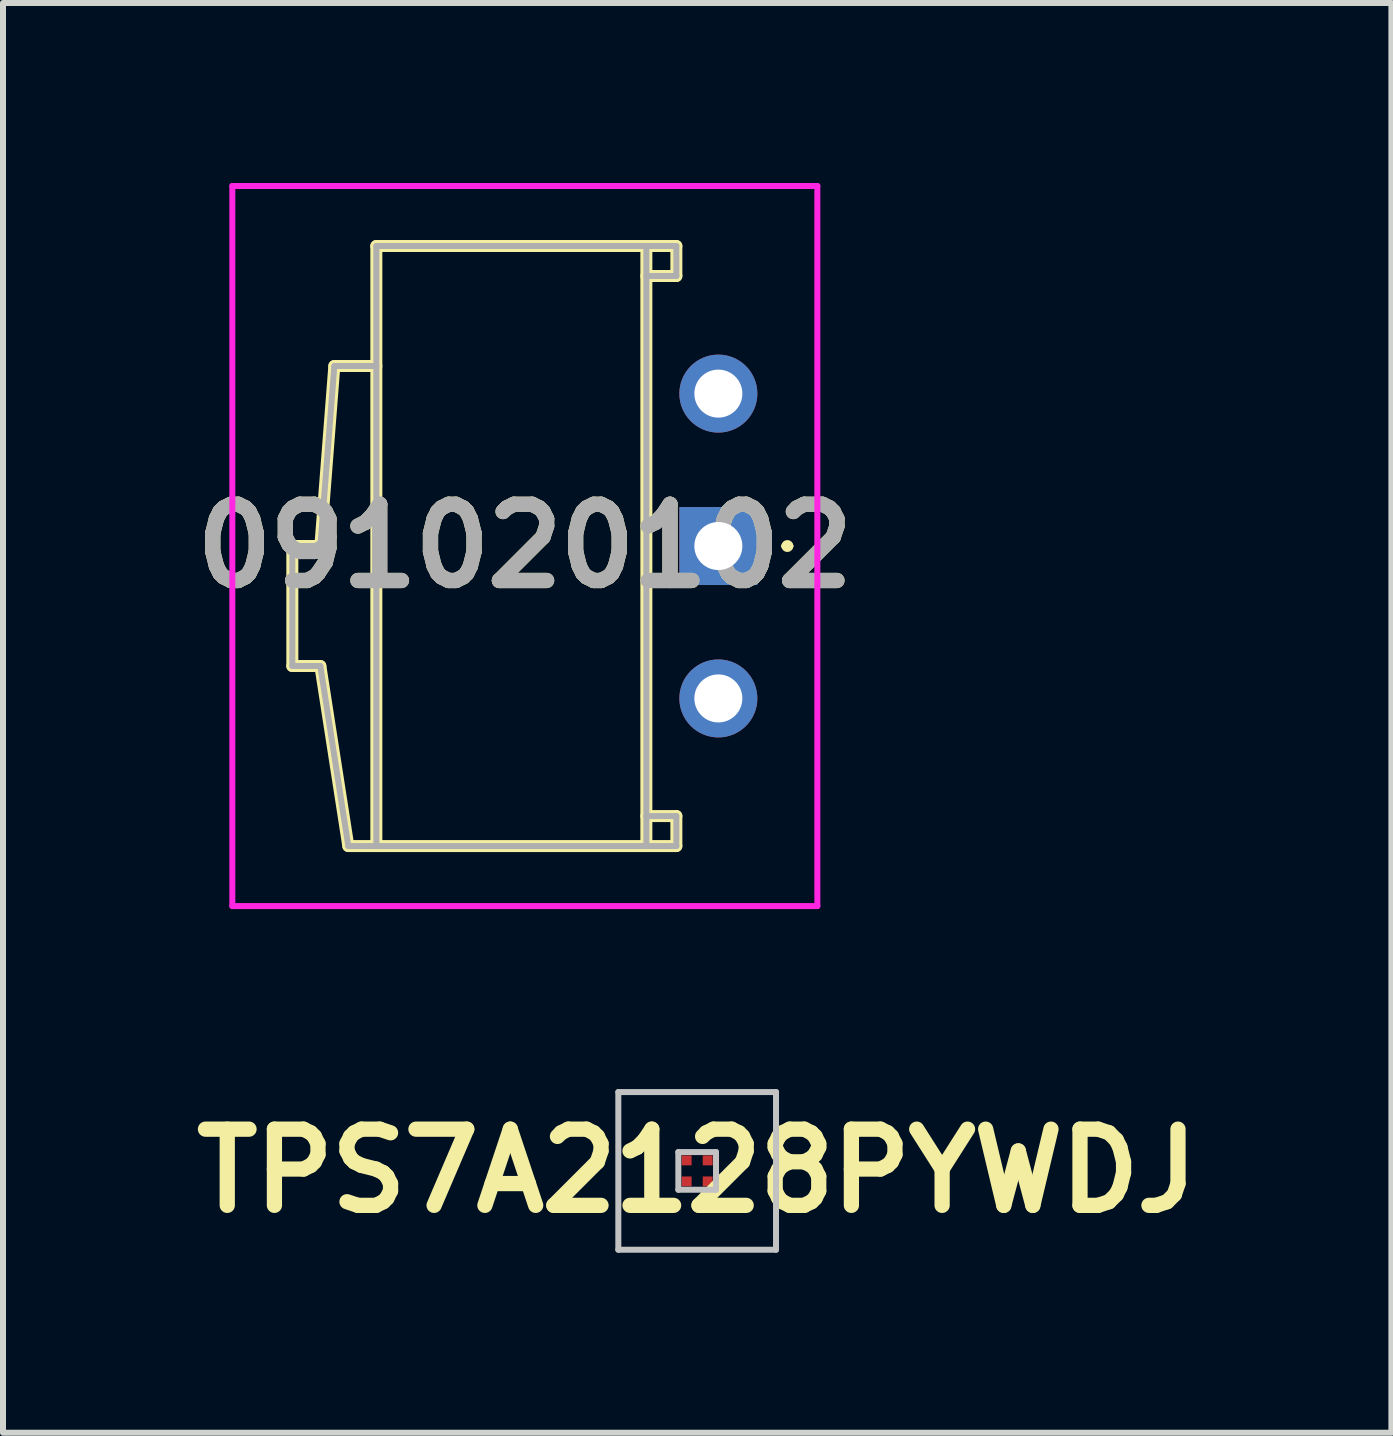
<source format=kicad_pcb>
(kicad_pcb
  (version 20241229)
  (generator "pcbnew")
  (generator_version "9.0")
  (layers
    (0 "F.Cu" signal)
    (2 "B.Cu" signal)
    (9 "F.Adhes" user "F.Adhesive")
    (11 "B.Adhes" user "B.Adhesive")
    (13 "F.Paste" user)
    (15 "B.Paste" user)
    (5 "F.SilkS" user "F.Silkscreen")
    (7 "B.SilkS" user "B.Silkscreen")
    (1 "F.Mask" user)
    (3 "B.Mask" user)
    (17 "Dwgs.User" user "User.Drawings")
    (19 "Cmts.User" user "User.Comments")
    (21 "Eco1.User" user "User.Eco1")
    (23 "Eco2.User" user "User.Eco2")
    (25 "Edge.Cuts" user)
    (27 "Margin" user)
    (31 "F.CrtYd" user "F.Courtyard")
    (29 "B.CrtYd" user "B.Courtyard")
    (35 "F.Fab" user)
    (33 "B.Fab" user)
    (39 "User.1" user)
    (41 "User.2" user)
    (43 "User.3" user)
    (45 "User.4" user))
  (footprint "TPS7A2128PYWDJ"
    (layer "F.Cu")
    (at 8.569 16.464)
    (property "Reference" "TPS7A2128PYWDJ" (at 0 0 0) (layer "F.SilkS") (effects (font (size 1.27 1.27) (thickness 0.254))))
    (attr smd)
    (fp_line (start -0.8 -0.2) (end -0.8 -0.2) (stroke (width 0.1) (type solid)) (layer "F.SilkS"))
    (fp_line (start -0.7 -0.2) (end -0.7 -0.2) (stroke (width 0.1) (type solid)) (layer "F.SilkS"))
    (fp_arc (start -0.8 -0.2) (mid -0.75 -0.25) (end -0.7 -0.2) (stroke (width 0.1) (type solid)) (layer "F.SilkS"))
    (fp_arc (start -0.7 -0.2) (mid -0.75 -0.15) (end -0.8 -0.2) (stroke (width 0.1) (type solid)) (layer "F.SilkS"))
    (fp_line (start -1.314 -1.314) (end 1.314 -1.314) (stroke (width 0.1) (type solid)) (layer "Dwgs.User"))
    (fp_line (start -1.314 1.314) (end -1.314 -1.314) (stroke (width 0.1) (type solid)) (layer "Dwgs.User"))
    (fp_line (start -0.314 -0.314) (end 0.314 -0.314) (stroke (width 0.1) (type solid)) (layer "Dwgs.User"))
    (fp_line (start -0.314 0.314) (end -0.314 -0.314) (stroke (width 0.1) (type solid)) (layer "Dwgs.User"))
    (fp_line (start 0.314 -0.314) (end 0.314 0.314) (stroke (width 0.1) (type solid)) (layer "Dwgs.User"))
    (fp_line (start 0.314 0.314) (end -0.314 0.314) (stroke (width 0.1) (type solid)) (layer "Dwgs.User"))
    (fp_line (start 1.314 -1.314) (end 1.314 1.314) (stroke (width 0.1) (type solid)) (layer "Dwgs.User"))
    (fp_line (start 1.314 1.314) (end -1.314 1.314) (stroke (width 0.1) (type solid)) (layer "Dwgs.User"))
    (pad "A1" smd rect (at -0.175 -0.175 90) (size 0.165 0.165) (layers "F.Cu" "F.Mask" "F.Paste"))
    (pad "A2" smd rect (at 0.175 -0.175 90) (size 0.165 0.165) (layers "F.Cu" "F.Mask" "F.Paste"))
    (pad "B1" smd rect (at -0.175 0.175 90) (size 0.165 0.165) (layers "F.Cu" "F.Mask" "F.Paste"))
    (pad "B2" smd rect (at 0.175 0.175 90) (size 0.165 0.165) (layers "F.Cu" "F.Mask" "F.Paste")))
  (footprint "091020102"
    (layer "F.Cu")
    (at 8.922 6.05)
    (property "Reference" "091020102" (at -3.225 0 0) (layer "F.SilkS") (effects (font (size 1.27 1.27) (thickness 0.254))))
    (attr through_hole)
    (fp_line (start -7.1 0) (end -7.1 2) (stroke (width 0.2) (type solid)) (layer "F.SilkS"))
    (fp_line (start -7.1 2) (end -6.633 2) (stroke (width 0.2) (type solid)) (layer "F.SilkS"))
    (fp_line (start -6.633 0) (end -7.1 0) (stroke (width 0.2) (type solid)) (layer "F.SilkS"))
    (fp_line (start -6.633 2) (end -6.167 5) (stroke (width 0.2) (type solid)) (layer "F.SilkS"))
    (fp_line (start -6.4 -3) (end -6.633 0) (stroke (width 0.2) (type solid)) (layer "F.SilkS"))
    (fp_line (start -6.167 5) (end -5.7 5) (stroke (width 0.2) (type solid)) (layer "F.SilkS"))
    (fp_line (start -5.7 -5) (end -1.2 -5) (stroke (width 0.2) (type solid)) (layer "F.SilkS"))
    (fp_line (start -5.7 -3) (end -6.4 -3) (stroke (width 0.2) (type solid)) (layer "F.SilkS"))
    (fp_line (start -5.7 5) (end -5.7 -5) (stroke (width 0.2) (type solid)) (layer "F.SilkS"))
    (fp_line (start -1.2 -5) (end -1.2 5) (stroke (width 0.2) (type solid)) (layer "F.SilkS"))
    (fp_line (start -1.2 -5) (end -0.7 -5) (stroke (width 0.2) (type solid)) (layer "F.SilkS"))
    (fp_line (start -1.2 4.5) (end -0.7 4.5) (stroke (width 0.2) (type solid)) (layer "F.SilkS"))
    (fp_line (start -1.2 5) (end -5.7 5) (stroke (width 0.2) (type solid)) (layer "F.SilkS"))
    (fp_line (start -0.7 -5) (end -0.7 -4.5) (stroke (width 0.2) (type solid)) (layer "F.SilkS"))
    (fp_line (start -0.7 -4.5) (end -1.2 -4.5) (stroke (width 0.2) (type solid)) (layer "F.SilkS"))
    (fp_line (start -0.7 4.5) (end -0.7 5) (stroke (width 0.2) (type solid)) (layer "F.SilkS"))
    (fp_line (start -0.7 5) (end -1.2 5) (stroke (width 0.2) (type solid)) (layer "F.SilkS"))
    (fp_line (start 1.1 0) (end 1.1 0) (stroke (width 0.1) (type solid)) (layer "F.SilkS"))
    (fp_line (start 1.2 0) (end 1.2 0) (stroke (width 0.1) (type solid)) (layer "F.SilkS"))
    (fp_arc (start 1.1 0) (mid 1.15 -0.05) (end 1.2 0) (stroke (width 0.1) (type solid)) (layer "F.SilkS"))
    (fp_arc (start 1.2 0) (mid 1.15 0.05) (end 1.1 0) (stroke (width 0.1) (type solid)) (layer "F.SilkS"))
    (fp_line (start -8.1 -6) (end 1.65 -6) (stroke (width 0.1) (type solid)) (layer "F.CrtYd"))
    (fp_line (start -8.1 6) (end -8.1 -6) (stroke (width 0.1) (type solid)) (layer "F.CrtYd"))
    (fp_line (start 1.65 -6) (end 1.65 6) (stroke (width 0.1) (type solid)) (layer "F.CrtYd"))
    (fp_line (start 1.65 6) (end -8.1 6) (stroke (width 0.1) (type solid)) (layer "F.CrtYd"))
    (fp_line (start -7.1 0) (end -7.1 2) (stroke (width 0.1) (type solid)) (layer "F.Fab"))
    (fp_line (start -7.1 2) (end -6.633 2) (stroke (width 0.1) (type solid)) (layer "F.Fab"))
    (fp_line (start -6.633 0) (end -7.1 0) (stroke (width 0.1) (type solid)) (layer "F.Fab"))
    (fp_line (start -6.633 2) (end -6.167 5) (stroke (width 0.1) (type solid)) (layer "F.Fab"))
    (fp_line (start -6.4 -3) (end -6.633 0) (stroke (width 0.1) (type solid)) (layer "F.Fab"))
    (fp_line (start -6.167 5) (end -5.7 5) (stroke (width 0.1) (type solid)) (layer "F.Fab"))
    (fp_line (start -5.7 -5) (end -1.2 -5) (stroke (width 0.1) (type solid)) (layer "F.Fab"))
    (fp_line (start -5.7 -3) (end -6.4 -3) (stroke (width 0.1) (type solid)) (layer "F.Fab"))
    (fp_line (start -5.7 5) (end -5.7 -5) (stroke (width 0.1) (type solid)) (layer "F.Fab"))
    (fp_line (start -1.2 -5) (end -1.2 5) (stroke (width 0.1) (type solid)) (layer "F.Fab"))
    (fp_line (start -1.2 -5) (end -0.7 -5) (stroke (width 0.1) (type solid)) (layer "F.Fab"))
    (fp_line (start -1.2 4.5) (end -0.7 4.5) (stroke (width 0.1) (type solid)) (layer "F.Fab"))
    (fp_line (start -1.2 5) (end -5.7 5) (stroke (width 0.1) (type solid)) (layer "F.Fab"))
    (fp_line (start -0.7 -5) (end -0.7 -4.5) (stroke (width 0.1) (type solid)) (layer "F.Fab"))
    (fp_line (start -0.7 -4.5) (end -1.2 -4.5) (stroke (width 0.1) (type solid)) (layer "F.Fab"))
    (fp_line (start -0.7 4.5) (end -0.7 5) (stroke (width 0.1) (type solid)) (layer "F.Fab"))
    (fp_line (start -0.7 5) (end -1.2 5) (stroke (width 0.1) (type solid)) (layer "F.Fab"))
    (fp_text user "${REFERENCE}" (at -3.225 0 0) (layer "F.Fab") (effects (font (size 1.27 1.27) (thickness 0.254))))
    (pad "1" thru_hole rect (at 0 0) (size 1.3 1.3) (drill 0.8) (layers "*.Cu" "*.Mask"))
    (pad "2" thru_hole circle (at 0 2.54) (size 1.3 1.3) (drill 0.8) (layers "*.Cu" "*.Mask"))
    (pad "3" thru_hole circle (at 0 -2.54) (size 1.3 1.3) (drill 0.8) (layers "*.Cu" "*.Mask")))
  (gr_rect
    (start -3 -3)
    (end 20.139 20.828)
    (stroke (width 0.1) (type default))
    (fill no)
    (layer "Edge.Cuts")))
</source>
